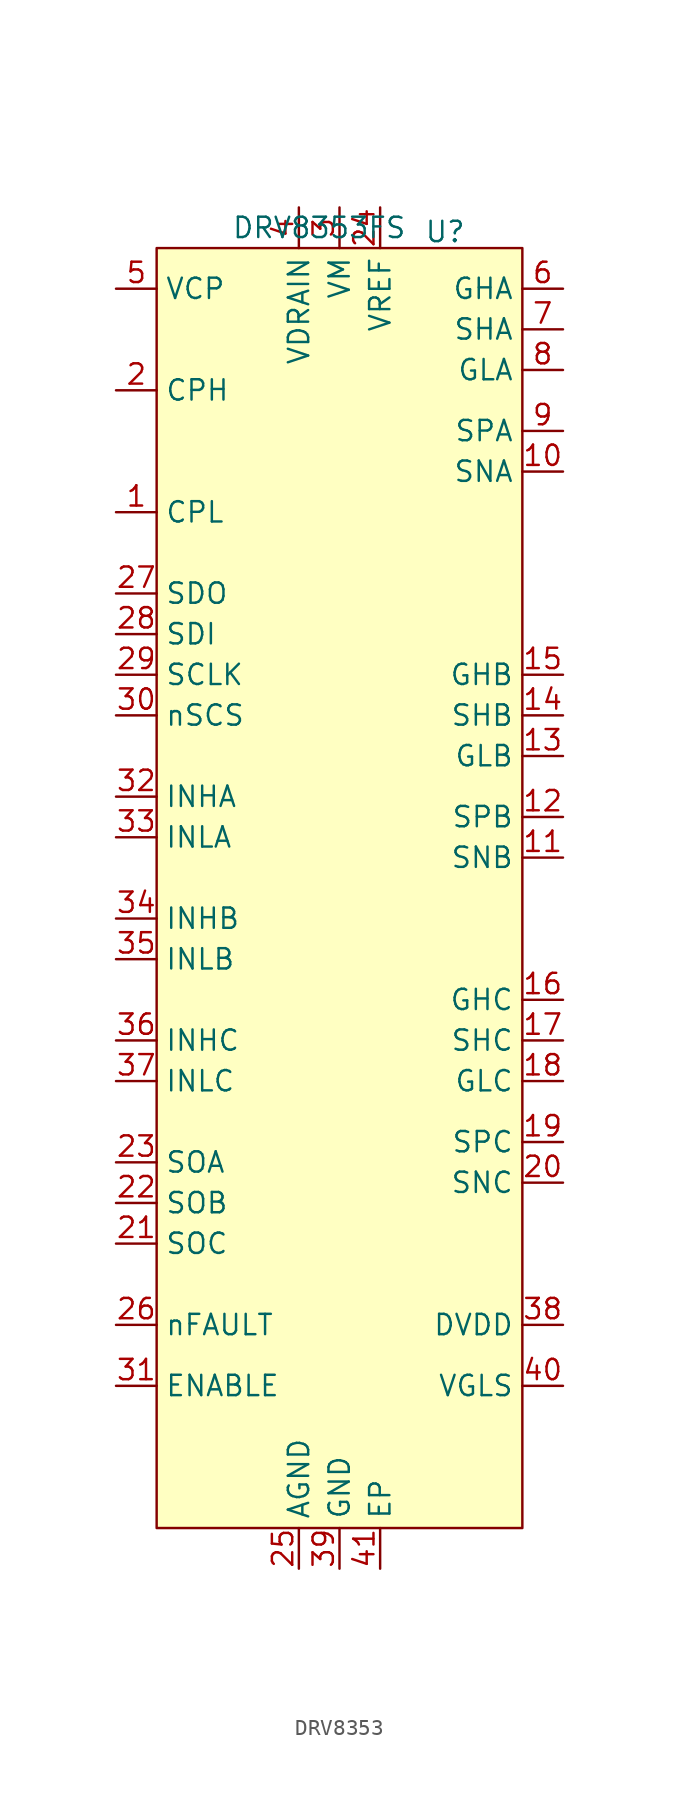
<source format=kicad_sym>
(kicad_symbol_lib
  (version 20231120)
  (generator "kicad_symbol_editor")
  (generator_version "8.0")
  (symbol "DRV8353"
    (property "Reference" "U"
      (at 10.414 -0.254 0)
      (effects (font (size 1.27 1.27))))
    (property "Value" "DRV8353FS"
      (at 2.54 0 0)
      (effects (font (size 1.27 1.27))))
    (symbol "DRV8353_1_1"
      (rectangle (start -7.62 -1.27) (end 15.24 -81.28) (stroke (width 0) (type default)) (fill (type background)))
      (pin power_out line (at -10.16 -17.78 0) (length 2.54) (name "CPL" (effects (font (size 1.27 1.27)))) (number "1" (effects (font (size 1.27 1.27)))))
      (pin input line (at 17.78 -15.24 180) (length 2.54) (name "SNA" (effects (font (size 1.27 1.27)))) (number "10" (effects (font (size 1.27 1.27)))))
      (pin input line (at 17.78 -39.37 180) (length 2.54) (name "SNB" (effects (font (size 1.27 1.27)))) (number "11" (effects (font (size 1.27 1.27)))))
      (pin input line (at 17.78 -36.83 180) (length 2.54) (name "SPB" (effects (font (size 1.27 1.27)))) (number "12" (effects (font (size 1.27 1.27)))))
      (pin output line (at 17.78 -33.02 180) (length 2.54) (name "GLB" (effects (font (size 1.27 1.27)))) (number "13" (effects (font (size 1.27 1.27)))))
      (pin input line (at 17.78 -30.48 180) (length 2.54) (name "SHB" (effects (font (size 1.27 1.27)))) (number "14" (effects (font (size 1.27 1.27)))))
      (pin output line (at 17.78 -27.94 180) (length 2.54) (name "GHB" (effects (font (size 1.27 1.27)))) (number "15" (effects (font (size 1.27 1.27)))))
      (pin output line (at 17.78 -48.26 180) (length 2.54) (name "GHC" (effects (font (size 1.27 1.27)))) (number "16" (effects (font (size 1.27 1.27)))))
      (pin input line (at 17.78 -50.8 180) (length 2.54) (name "SHC" (effects (font (size 1.27 1.27)))) (number "17" (effects (font (size 1.27 1.27)))))
      (pin output line (at 17.78 -53.34 180) (length 2.54) (name "GLC" (effects (font (size 1.27 1.27)))) (number "18" (effects (font (size 1.27 1.27)))))
      (pin input line (at 17.78 -57.15 180) (length 2.54) (name "SPC" (effects (font (size 1.27 1.27)))) (number "19" (effects (font (size 1.27 1.27)))))
      (pin power_out line (at -10.16 -10.16 0) (length 2.54) (name "CPH" (effects (font (size 1.27 1.27)))) (number "2" (effects (font (size 1.27 1.27)))))
      (pin input line (at 17.78 -59.69 180) (length 2.54) (name "SNC" (effects (font (size 1.27 1.27)))) (number "20" (effects (font (size 1.27 1.27)))))
      (pin output line (at -10.16 -63.5 0) (length 2.54) (name "SOC" (effects (font (size 1.27 1.27)))) (number "21" (effects (font (size 1.27 1.27)))))
      (pin output line (at -10.16 -60.96 0) (length 2.54) (name "SOB" (effects (font (size 1.27 1.27)))) (number "22" (effects (font (size 1.27 1.27)))))
      (pin output line (at -10.16 -58.42 0) (length 2.54) (name "SOA" (effects (font (size 1.27 1.27)))) (number "23" (effects (font (size 1.27 1.27)))))
      (pin power_in line (at 6.35 1.27 270) (length 2.54) (name "VREF" (effects (font (size 1.27 1.27)))) (number "24" (effects (font (size 1.27 1.27)))))
      (pin passive line (at 1.27 -83.82 90) (length 2.54) (name "AGND" (effects (font (size 1.27 1.27)))) (number "25" (effects (font (size 1.27 1.27)))))
      (pin input line (at -10.16 -68.58 0) (length 2.54) (name "nFAULT" (effects (font (size 1.27 1.27)))) (number "26" (effects (font (size 1.27 1.27)))))
      (pin output line (at -10.16 -22.86 0) (length 2.54) (name "SDO" (effects (font (size 1.27 1.27)))) (number "27" (effects (font (size 1.27 1.27)))))
      (pin input line (at -10.16 -25.4 0) (length 2.54) (name "SDI" (effects (font (size 1.27 1.27)))) (number "28" (effects (font (size 1.27 1.27)))))
      (pin bidirectional line (at -10.16 -27.94 0) (length 2.54) (name "SCLK" (effects (font (size 1.27 1.27)))) (number "29" (effects (font (size 1.27 1.27)))))
      (pin power_in line (at 3.81 1.27 270) (length 2.54) (name "VM" (effects (font (size 1.27 1.27)))) (number "3" (effects (font (size 1.27 1.27)))))
      (pin input line (at -10.16 -30.48 0) (length 2.54) (name "nSCS" (effects (font (size 1.27 1.27)))) (number "30" (effects (font (size 1.27 1.27)))))
      (pin input line (at -10.16 -72.39 0) (length 2.54) (name "ENABLE" (effects (font (size 1.27 1.27)))) (number "31" (effects (font (size 1.27 1.27)))))
      (pin input line (at -10.16 -35.56 0) (length 2.54) (name "INHA" (effects (font (size 1.27 1.27)))) (number "32" (effects (font (size 1.27 1.27)))))
      (pin input line (at -10.16 -38.1 0) (length 2.54) (name "INLA" (effects (font (size 1.27 1.27)))) (number "33" (effects (font (size 1.27 1.27)))))
      (pin input line (at -10.16 -43.18 0) (length 2.54) (name "INHB" (effects (font (size 1.27 1.27)))) (number "34" (effects (font (size 1.27 1.27)))))
      (pin input line (at -10.16 -45.72 0) (length 2.54) (name "INLB" (effects (font (size 1.27 1.27)))) (number "35" (effects (font (size 1.27 1.27)))))
      (pin input line (at -10.16 -50.8 0) (length 2.54) (name "INHC" (effects (font (size 1.27 1.27)))) (number "36" (effects (font (size 1.27 1.27)))))
      (pin input line (at -10.16 -53.34 0) (length 2.54) (name "INLC" (effects (font (size 1.27 1.27)))) (number "37" (effects (font (size 1.27 1.27)))))
      (pin power_out line (at 17.78 -68.58 180) (length 2.54) (name "DVDD" (effects (font (size 1.27 1.27)))) (number "38" (effects (font (size 1.27 1.27)))))
      (pin passive line (at 3.81 -83.82 90) (length 2.54) (name "GND" (effects (font (size 1.27 1.27)))) (number "39" (effects (font (size 1.27 1.27)))))
      (pin power_out line (at 1.27 1.27 270) (length 2.54) (name "VDRAIN" (effects (font (size 1.27 1.27)))) (number "4" (effects (font (size 1.27 1.27)))))
      (pin power_out line (at 17.78 -72.39 180) (length 2.54) (name "VGLS" (effects (font (size 1.27 1.27)))) (number "40" (effects (font (size 1.27 1.27)))))
      (pin passive line (at 6.35 -83.82 90) (length 2.54) (name "EP" (effects (font (size 1.27 1.27)))) (number "41" (effects (font (size 1.27 1.27)))))
      (pin power_out line (at -10.16 -3.81 0) (length 2.54) (name "VCP" (effects (font (size 1.27 1.27)))) (number "5" (effects (font (size 1.27 1.27)))))
      (pin output line (at 17.78 -3.81 180) (length 2.54) (name "GHA" (effects (font (size 1.27 1.27)))) (number "6" (effects (font (size 1.27 1.27)))))
      (pin input line (at 17.78 -6.35 180) (length 2.54) (name "SHA" (effects (font (size 1.27 1.27)))) (number "7" (effects (font (size 1.27 1.27)))))
      (pin output line (at 17.78 -8.89 180) (length 2.54) (name "GLA" (effects (font (size 1.27 1.27)))) (number "8" (effects (font (size 1.27 1.27)))))
      (pin input line (at 17.78 -12.7 180) (length 2.54) (name "SPA" (effects (font (size 1.27 1.27)))) (number "9" (effects (font (size 1.27 1.27))))))))
</source>
